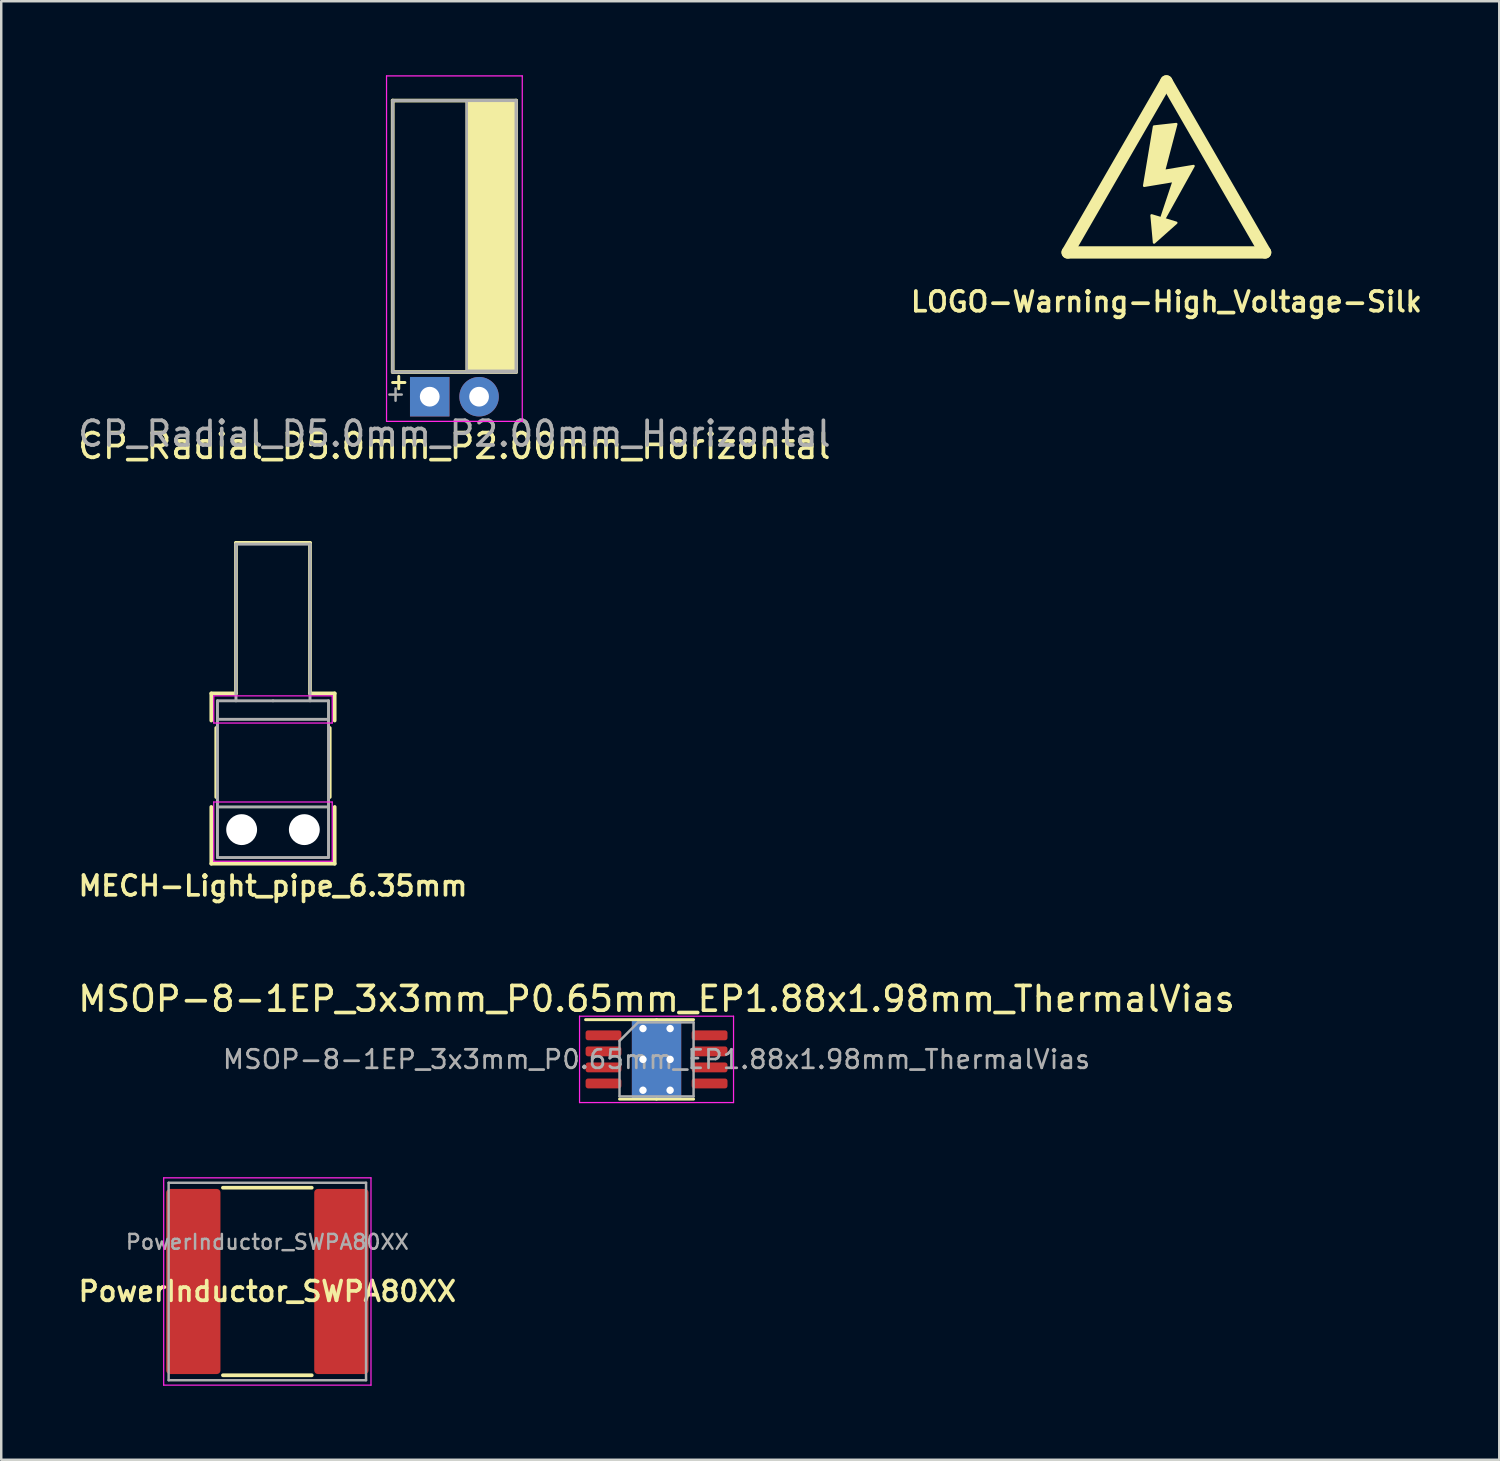
<source format=kicad_pcb>
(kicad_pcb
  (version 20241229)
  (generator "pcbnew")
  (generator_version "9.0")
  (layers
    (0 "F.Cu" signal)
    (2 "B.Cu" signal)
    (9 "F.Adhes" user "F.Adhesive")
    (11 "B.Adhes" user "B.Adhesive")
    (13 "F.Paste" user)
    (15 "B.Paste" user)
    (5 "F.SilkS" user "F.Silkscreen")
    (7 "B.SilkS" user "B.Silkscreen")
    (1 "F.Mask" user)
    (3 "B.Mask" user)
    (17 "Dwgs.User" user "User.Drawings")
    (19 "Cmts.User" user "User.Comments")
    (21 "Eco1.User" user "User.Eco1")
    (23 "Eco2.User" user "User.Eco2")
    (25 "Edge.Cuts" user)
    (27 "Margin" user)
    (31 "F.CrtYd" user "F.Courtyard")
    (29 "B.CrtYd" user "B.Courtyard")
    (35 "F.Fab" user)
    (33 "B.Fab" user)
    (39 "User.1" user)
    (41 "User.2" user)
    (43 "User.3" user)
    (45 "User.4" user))
  (footprint "LOGO-Warning-High_Voltage-Silk"
    (layer "F.Cu")
    (at 44.214 7.178)
    (property "Reference" "LOGO-Warning-High_Voltage-Silk" (at 0 2 0) (layer "F.SilkS") (effects (font (size 0.8 0.8) (thickness 0.15))))
    (attr through_hole)
    (fp_line (start -4 0) (end 4 0) (stroke (width 0.5) (type solid)) (layer "F.SilkS"))
    (fp_line (start 0 -6.928) (end -4 0) (stroke (width 0.5) (type solid)) (layer "F.SilkS"))
    (fp_line (start 4 0) (end 0 -6.928) (stroke (width 0.5) (type solid)) (layer "F.SilkS"))
    (fp_poly (pts (xy 0.4 -1.2) (xy -0.5 -0.4) (xy -0.6 -1.5)) (stroke (width 0.1) (type solid)) (fill yes) (layer "F.SilkS"))
    (fp_poly (pts (xy -0.1 -3.3) (xy 1.1 -3.5) (xy -0.4 -0.8) (xy 0.3 -2.9) (xy -0.9 -2.7) (xy -0.5 -5.1) (xy 0.4 -5.2)) (stroke (width 0.1) (type solid)) (fill yes) (layer "F.SilkS")))
  (footprint "CP_Radial_D5.0mm_P2.00mm_Horizontal"
    (layer "F.Cu")
    (at 15.363 13.025)
    (property "Reference" "CP_Radial_D5.0mm_P2.00mm_Horizontal" (at 0 2 0) (layer "F.SilkS") (effects (font (size 1 1) (thickness 0.15))))
    (attr through_hole)
    (fp_line (start -2.505 -0.575) (end -2.005 -0.575) (stroke (width 0.12) (type solid)) (layer "F.SilkS"))
    (fp_line (start -2.5 -12) (end 2.5 -12) (stroke (width 0.15) (type solid)) (layer "F.SilkS"))
    (fp_line (start -2.5 -1) (end -2.5 -12) (stroke (width 0.15) (type solid)) (layer "F.SilkS"))
    (fp_line (start -2.5 -1) (end 2.5 -1) (stroke (width 0.15) (type solid)) (layer "F.SilkS"))
    (fp_line (start -2.255 -0.825) (end -2.255 -0.325) (stroke (width 0.12) (type solid)) (layer "F.SilkS"))
    (fp_line (start 2.5 -12) (end 2.5 -1) (stroke (width 0.15) (type solid)) (layer "F.SilkS"))
    (fp_poly (pts (xy 2.5 -1) (xy 0.5 -1) (xy 0.5 -12) (xy 2.5 -12)) (stroke (width 0.1) (type solid)) (fill yes) (layer "F.SilkS"))
    (fp_line (start -2.75 -13) (end 2.75 -13) (stroke (width 0.05) (type solid)) (layer "F.CrtYd"))
    (fp_line (start -2.75 1) (end -2.75 -13) (stroke (width 0.05) (type solid)) (layer "F.CrtYd"))
    (fp_line (start 0 1) (end -2.75 1) (stroke (width 0.05) (type solid)) (layer "F.CrtYd"))
    (fp_line (start 2.75 -13) (end 2.75 1) (stroke (width 0.05) (type solid)) (layer "F.CrtYd"))
    (fp_line (start 2.75 1) (end 0 1) (stroke (width 0.05) (type solid)) (layer "F.CrtYd"))
    (fp_line (start -2.634 -0.087) (end -2.134 -0.087) (stroke (width 0.1) (type solid)) (layer "F.Fab"))
    (fp_line (start -2.5 -12) (end 2.5 -12) (stroke (width 0.12) (type solid)) (layer "F.Fab"))
    (fp_line (start -2.5 -1) (end -2.5 -12) (stroke (width 0.12) (type solid)) (layer "F.Fab"))
    (fp_line (start -2.384 -0.338) (end -2.384 0.163) (stroke (width 0.1) (type solid)) (layer "F.Fab"))
    (fp_line (start 2.5 -12) (end 2.5 -1) (stroke (width 0.12) (type solid)) (layer "F.Fab"))
    (fp_line (start 2.5 -1) (end -2.5 -1) (stroke (width 0.12) (type solid)) (layer "F.Fab"))
    (fp_poly (pts (xy 2.5 -1.05) (xy 0.5 -1.05) (xy 0.5 -12) (xy 2.5 -12)) (stroke (width 0.1) (type solid)) (fill no) (layer "F.Fab"))
    (fp_text user "${REFERENCE}" (at 0 1.5 0) (layer "F.Fab") (effects (font (size 1 1) (thickness 0.15))))
    (pad "1" thru_hole rect (at -1 0) (size 1.6 1.6) (drill 0.8) (layers "*.Cu" "*.Mask"))
    (pad "2" thru_hole circle (at 1 0) (size 1.6 1.6) (drill 0.8) (layers "*.Cu" "*.Mask")))
  (footprint "MSOP-8-1EP_3x3mm_P0.65mm_EP1.88x1.98mm_ThermalVias"
    (layer "F.Cu")
    (at 23.554 39.878)
    (property "Reference" "MSOP-8-1EP_3x3mm_P0.65mm_EP1.88x1.98mm_ThermalVias" (at 0 -2.45 0) (layer "F.SilkS") (effects (font (size 1 1) (thickness 0.15))))
    (attr smd)
    (fp_poly (pts (xy 0.94 0.99) (xy -0.94 0.99) (xy -0.94 -0.99) (xy 0.94 -0.99)) (stroke (width 0.01) (type solid)) (fill yes) (layer "F.Mask"))
    (fp_line (start 0 -1.61) (end -2.875 -1.61) (stroke (width 0.12) (type solid)) (layer "F.SilkS"))
    (fp_line (start 0 -1.61) (end 1.5 -1.61) (stroke (width 0.12) (type solid)) (layer "F.SilkS"))
    (fp_line (start 0 1.61) (end -1.5 1.61) (stroke (width 0.12) (type solid)) (layer "F.SilkS"))
    (fp_line (start 0 1.61) (end 1.5 1.61) (stroke (width 0.12) (type solid)) (layer "F.SilkS"))
    (fp_line (start -3.12 -1.75) (end -3.12 1.75) (stroke (width 0.05) (type solid)) (layer "F.CrtYd"))
    (fp_line (start -3.12 1.75) (end 3.12 1.75) (stroke (width 0.05) (type solid)) (layer "F.CrtYd"))
    (fp_line (start 3.12 -1.75) (end -3.12 -1.75) (stroke (width 0.05) (type solid)) (layer "F.CrtYd"))
    (fp_line (start 3.12 1.75) (end 3.12 -1.75) (stroke (width 0.05) (type solid)) (layer "F.CrtYd"))
    (fp_line (start -1.5 -0.75) (end -0.75 -1.5) (stroke (width 0.1) (type solid)) (layer "F.Fab"))
    (fp_line (start -1.5 1.5) (end -1.5 -0.75) (stroke (width 0.1) (type solid)) (layer "F.Fab"))
    (fp_line (start -0.75 -1.5) (end 1.5 -1.5) (stroke (width 0.1) (type solid)) (layer "F.Fab"))
    (fp_line (start 1.5 -1.5) (end 1.5 1.5) (stroke (width 0.1) (type solid)) (layer "F.Fab"))
    (fp_line (start 1.5 1.5) (end -1.5 1.5) (stroke (width 0.1) (type solid)) (layer "F.Fab"))
    (fp_text user "${REFERENCE}" (at 0 0 0) (layer "F.Fab") (effects (font (size 0.75 0.75) (thickness 0.11))))
    (pad "" smd roundrect (at -0.42 -0.47) (size 0.7 0.79) (layers "F.Paste") (roundrect_rratio 0.25))
    (pad "" smd roundrect (at -0.42 0.47) (size 0.7 0.79) (layers "F.Paste") (roundrect_rratio 0.25))
    (pad "" smd roundrect (at 0.42 -0.47) (size 0.7 0.79) (layers "F.Paste") (roundrect_rratio 0.25))
    (pad "" smd roundrect (at 0.42 0.47) (size 0.7 0.79) (layers "F.Paste") (roundrect_rratio 0.25))
    (pad "1" smd roundrect (at -2.15 -0.975) (size 1.45 0.4) (layers "F.Cu" "F.Mask" "F.Paste") (roundrect_rratio 0.25))
    (pad "2" smd roundrect (at -2.15 -0.325) (size 1.45 0.4) (layers "F.Cu" "F.Mask" "F.Paste") (roundrect_rratio 0.25))
    (pad "3" smd roundrect (at -2.15 0.325) (size 1.45 0.4) (layers "F.Cu" "F.Mask" "F.Paste") (roundrect_rratio 0.25))
    (pad "4" smd roundrect (at -2.15 0.975) (size 1.45 0.4) (layers "F.Cu" "F.Mask" "F.Paste") (roundrect_rratio 0.25))
    (pad "5" smd roundrect (at 2.15 0.975) (size 1.45 0.4) (layers "F.Cu" "F.Mask" "F.Paste") (roundrect_rratio 0.25))
    (pad "6" smd roundrect (at 2.15 0.325) (size 1.45 0.4) (layers "F.Cu" "F.Mask" "F.Paste") (roundrect_rratio 0.25))
    (pad "7" smd roundrect (at 2.15 -0.325) (size 1.45 0.4) (layers "F.Cu" "F.Mask" "F.Paste") (roundrect_rratio 0.25))
    (pad "8" smd roundrect (at 2.15 -0.975) (size 1.45 0.4) (layers "F.Cu" "F.Mask" "F.Paste") (roundrect_rratio 0.25))
    (pad "9" thru_hole circle (at -0.55 -1.25) (size 0.6 0.6) (drill 0.3) (layers "*.Cu"))
    (pad "9" thru_hole circle (at -0.55 0) (size 0.6 0.6) (drill 0.3) (layers "*.Cu" "*.Mask"))
    (pad "9" thru_hole circle (at -0.55 1.25) (size 0.6 0.6) (drill 0.3) (layers "*.Cu"))
    (pad "9" smd rect (at 0 0) (size 2 3.2) (layers "F.Cu"))
    (pad "9" smd rect (at 0 0) (size 2 3.2) (layers "B.Cu"))
    (pad "9" thru_hole circle (at 0.55 -1.25) (size 0.6 0.6) (drill 0.3) (layers "*.Cu"))
    (pad "9" thru_hole circle (at 0.55 0) (size 0.6 0.6) (drill 0.3) (layers "*.Cu" "*.Mask"))
    (pad "9" thru_hole circle (at 0.55 1.25) (size 0.6 0.6) (drill 0.3) (layers "*.Cu")))
  (footprint "MECH-Light_pipe_6.35mm"
    (layer "F.Cu")
    (at 8.012 25.348)
    (property "Reference" "MECH-Light_pipe_6.35mm" (at 0 7.5 0) (layer "F.SilkS") (effects (font (size 0.8 0.8) (thickness 0.15))))
    (attr through_hole)
    (fp_line (start -2.5 -0.3) (end -1.5 -0.3) (stroke (width 0.15) (type solid)) (layer "F.SilkS"))
    (fp_line (start -2.5 0.8) (end -2.5 -0.3) (stroke (width 0.15) (type solid)) (layer "F.SilkS"))
    (fp_line (start -2.5 4.3) (end -2.5 6.6) (stroke (width 0.15) (type solid)) (layer "F.SilkS"))
    (fp_line (start -2.5 6.6) (end 2.5 6.6) (stroke (width 0.15) (type solid)) (layer "F.SilkS"))
    (fp_line (start -2.3 1.1) (end -2.3 3.9) (stroke (width 0.15) (type solid)) (layer "F.SilkS"))
    (fp_line (start -1.5 -6.4) (end 1.5 -6.4) (stroke (width 0.15) (type solid)) (layer "F.SilkS"))
    (fp_line (start -1.5 -0.3) (end -1.5 -6.4) (stroke (width 0.15) (type solid)) (layer "F.SilkS"))
    (fp_line (start 1.5 -6.4) (end 1.5 -0.3) (stroke (width 0.15) (type solid)) (layer "F.SilkS"))
    (fp_line (start 1.5 -0.3) (end 2.5 -0.3) (stroke (width 0.15) (type solid)) (layer "F.SilkS"))
    (fp_line (start 2.3 3.9) (end 2.3 1.1) (stroke (width 0.15) (type solid)) (layer "F.SilkS"))
    (fp_line (start 2.5 -0.3) (end 2.5 0.8) (stroke (width 0.15) (type solid)) (layer "F.SilkS"))
    (fp_line (start 2.5 6.6) (end 2.5 4.3) (stroke (width 0.15) (type solid)) (layer "F.SilkS"))
    (fp_line (start -2.4 -0.2) (end 2.4 -0.2) (stroke (width 0.05) (type solid)) (layer "F.CrtYd"))
    (fp_line (start -2.4 0.9) (end -2.4 -0.2) (stroke (width 0.05) (type solid)) (layer "F.CrtYd"))
    (fp_line (start -2.4 4.1) (end 2.4 4.1) (stroke (width 0.05) (type solid)) (layer "F.CrtYd"))
    (fp_line (start -2.4 6.5) (end -2.4 4.1) (stroke (width 0.05) (type solid)) (layer "F.CrtYd"))
    (fp_line (start 2.4 -0.2) (end 2.4 0.9) (stroke (width 0.05) (type solid)) (layer "F.CrtYd"))
    (fp_line (start 2.4 0.9) (end -2.4 0.9) (stroke (width 0.05) (type solid)) (layer "F.CrtYd"))
    (fp_line (start 2.4 4.1) (end 2.4 6.5) (stroke (width 0.05) (type solid)) (layer "F.CrtYd"))
    (fp_line (start 2.4 6.5) (end -2.4 6.5) (stroke (width 0.05) (type solid)) (layer "F.CrtYd"))
    (fp_line (start -2.25 0) (end -2.25 6.35) (stroke (width 0.12) (type solid)) (layer "F.Fab"))
    (fp_line (start -2.25 0.75) (end 2.25 0.75) (stroke (width 0.12) (type solid)) (layer "F.Fab"))
    (fp_line (start -2.25 4.3) (end 2.25 4.3) (stroke (width 0.12) (type solid)) (layer "F.Fab"))
    (fp_line (start -2.25 6.35) (end 2.25 6.35) (stroke (width 0.12) (type solid)) (layer "F.Fab"))
    (fp_line (start -1.5 -6.35) (end -1.5 0) (stroke (width 0.12) (type solid)) (layer "F.Fab"))
    (fp_line (start -1.5 -6.35) (end 1.5 -6.35) (stroke (width 0.12) (type solid)) (layer "F.Fab"))
    (fp_line (start 0 0) (end -2.25 0) (stroke (width 0.12) (type solid)) (layer "F.Fab"))
    (fp_line (start 1.5 -6.35) (end 1.5 0) (stroke (width 0.12) (type solid)) (layer "F.Fab"))
    (fp_line (start 2.25 0) (end 0 0) (stroke (width 0.12) (type solid)) (layer "F.Fab"))
    (fp_line (start 2.25 6.35) (end 2.25 0) (stroke (width 0.12) (type solid)) (layer "F.Fab"))
    (pad "" np_thru_hole circle (at -1.27 5.22) (size 1.25 1.25) (drill 1.25) (layers "*.Cu" "*.Mask"))
    (pad "" np_thru_hole circle (at 1.27 5.22) (size 1.25 1.25) (drill 1.25) (layers "*.Cu" "*.Mask")))
  (footprint "PowerInductor_SWPA80XX"
    (layer "F.Cu")
    (at 7.783 48.878)
    (property "Reference" "PowerInductor_SWPA80XX" (at 0 0.4 0) (layer "F.SilkS") (effects (font (size 0.8 0.8) (thickness 0.15))))
    (attr through_hole)
    (fp_line (start -1.8 -3.8) (end 1.8 -3.8) (stroke (width 0.15) (type solid)) (layer "F.SilkS"))
    (fp_line (start -1.8 3.8) (end 1.8 3.8) (stroke (width 0.15) (type solid)) (layer "F.SilkS"))
    (fp_line (start -4.2 -4.2) (end 4.2 -4.2) (stroke (width 0.05) (type solid)) (layer "F.CrtYd"))
    (fp_line (start -4.2 4.2) (end -4.2 -4.2) (stroke (width 0.05) (type solid)) (layer "F.CrtYd"))
    (fp_line (start 4.2 -4.2) (end 4.2 4.2) (stroke (width 0.05) (type solid)) (layer "F.CrtYd"))
    (fp_line (start 4.2 4.2) (end -4.2 4.2) (stroke (width 0.05) (type solid)) (layer "F.CrtYd"))
    (fp_line (start -4 -4) (end -4 4) (stroke (width 0.1) (type solid)) (layer "F.Fab"))
    (fp_line (start -4 4) (end 4 4) (stroke (width 0.1) (type solid)) (layer "F.Fab"))
    (fp_line (start 4 -4) (end -4 -4) (stroke (width 0.1) (type solid)) (layer "F.Fab"))
    (fp_line (start 4 4) (end 4 -4) (stroke (width 0.1) (type solid)) (layer "F.Fab"))
    (fp_text user "${REFERENCE}" (at 0 -1.6 0) (layer "F.Fab") (effects (font (size 0.6 0.6) (thickness 0.1))))
    (pad "1" smd roundrect (at -3 0) (size 2.2 7.5) (layers "F.Cu" "F.Mask" "F.Paste") (roundrect_rratio 0.066))
    (pad "2" smd roundrect (at 3 0) (size 2.2 7.5) (layers "F.Cu" "F.Mask" "F.Paste") (roundrect_rratio 0.066)))
  (gr_rect
    (start -3 -3)
    (end 57.702 56.103)
    (stroke (width 0.1) (type default))
    (fill no)
    (layer "Edge.Cuts")))
</source>
